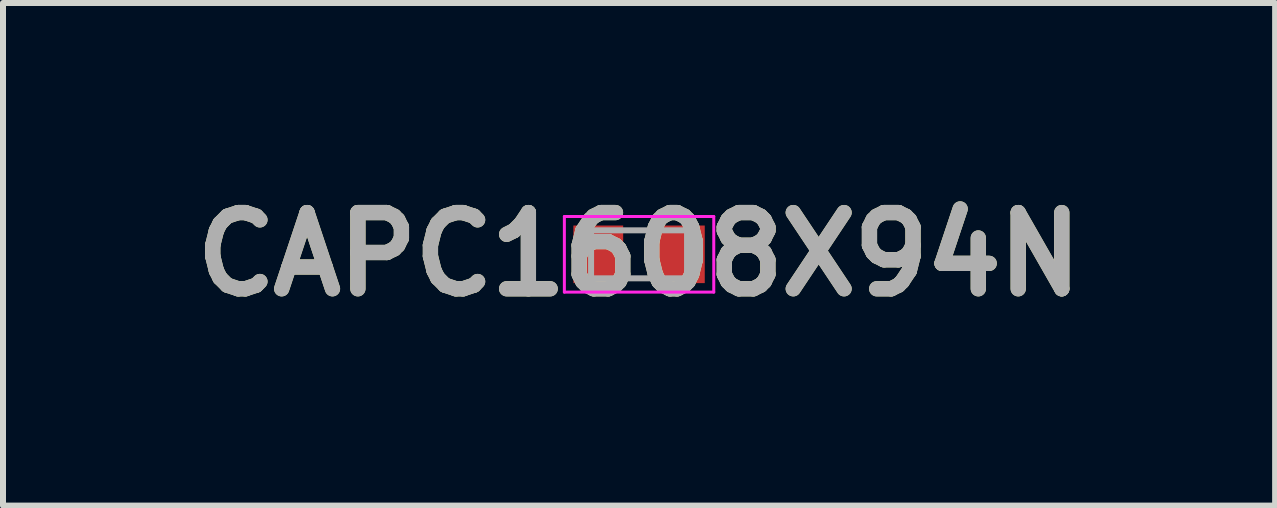
<source format=kicad_pcb>
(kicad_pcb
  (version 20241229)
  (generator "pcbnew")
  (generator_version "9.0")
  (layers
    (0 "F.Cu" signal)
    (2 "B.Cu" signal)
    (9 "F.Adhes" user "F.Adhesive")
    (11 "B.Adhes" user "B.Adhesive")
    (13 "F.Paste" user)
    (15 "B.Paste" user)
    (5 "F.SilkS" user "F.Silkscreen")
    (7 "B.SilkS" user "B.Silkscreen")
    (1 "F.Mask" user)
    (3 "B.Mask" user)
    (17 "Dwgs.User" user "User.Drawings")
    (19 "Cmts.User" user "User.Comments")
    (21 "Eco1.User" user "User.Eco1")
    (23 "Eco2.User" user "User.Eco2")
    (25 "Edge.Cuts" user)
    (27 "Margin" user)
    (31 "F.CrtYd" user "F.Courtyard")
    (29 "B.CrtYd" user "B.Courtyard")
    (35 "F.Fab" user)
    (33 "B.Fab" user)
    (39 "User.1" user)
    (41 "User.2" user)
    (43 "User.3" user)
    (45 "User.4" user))
  (footprint "CAPC1608X94N"
    (layer "F.Cu")
    (at 7.602 1.189)
    (property "Reference" "CAPC1608X94N" (at 0 0 0) (layer "F.SilkS") (effects (font (size 1.27 1.27) (thickness 0.254))))
    (attr smd)
    (fp_line (start -1.245 -0.63) (end 1.245 -0.63) (stroke (width 0.05) (type solid)) (layer "F.CrtYd"))
    (fp_line (start -1.245 0.63) (end -1.245 -0.63) (stroke (width 0.05) (type solid)) (layer "F.CrtYd"))
    (fp_line (start 1.245 -0.63) (end 1.245 0.63) (stroke (width 0.05) (type solid)) (layer "F.CrtYd"))
    (fp_line (start 1.245 0.63) (end -1.245 0.63) (stroke (width 0.05) (type solid)) (layer "F.CrtYd"))
    (fp_line (start -0.8 -0.4) (end 0.8 -0.4) (stroke (width 0.1) (type solid)) (layer "F.Fab"))
    (fp_line (start -0.8 0.4) (end -0.8 -0.4) (stroke (width 0.1) (type solid)) (layer "F.Fab"))
    (fp_line (start 0.8 -0.4) (end 0.8 0.4) (stroke (width 0.1) (type solid)) (layer "F.Fab"))
    (fp_line (start 0.8 0.4) (end -0.8 0.4) (stroke (width 0.1) (type solid)) (layer "F.Fab"))
    (fp_text user "${REFERENCE}" (at 0 0 0) (layer "F.Fab") (effects (font (size 1.27 1.27) (thickness 0.254))))
    (pad "1" smd rect (at -0.68 0) (size 0.83 0.96) (layers "F.Cu" "F.Mask" "F.Paste"))
    (pad "2" smd rect (at 0.68 0) (size 0.83 0.96) (layers "F.Cu" "F.Mask" "F.Paste")))
  (gr_rect
    (start -3 -3)
    (end 18.204 5.377)
    (stroke (width 0.1) (type default))
    (fill no)
    (layer "Edge.Cuts")))
</source>
